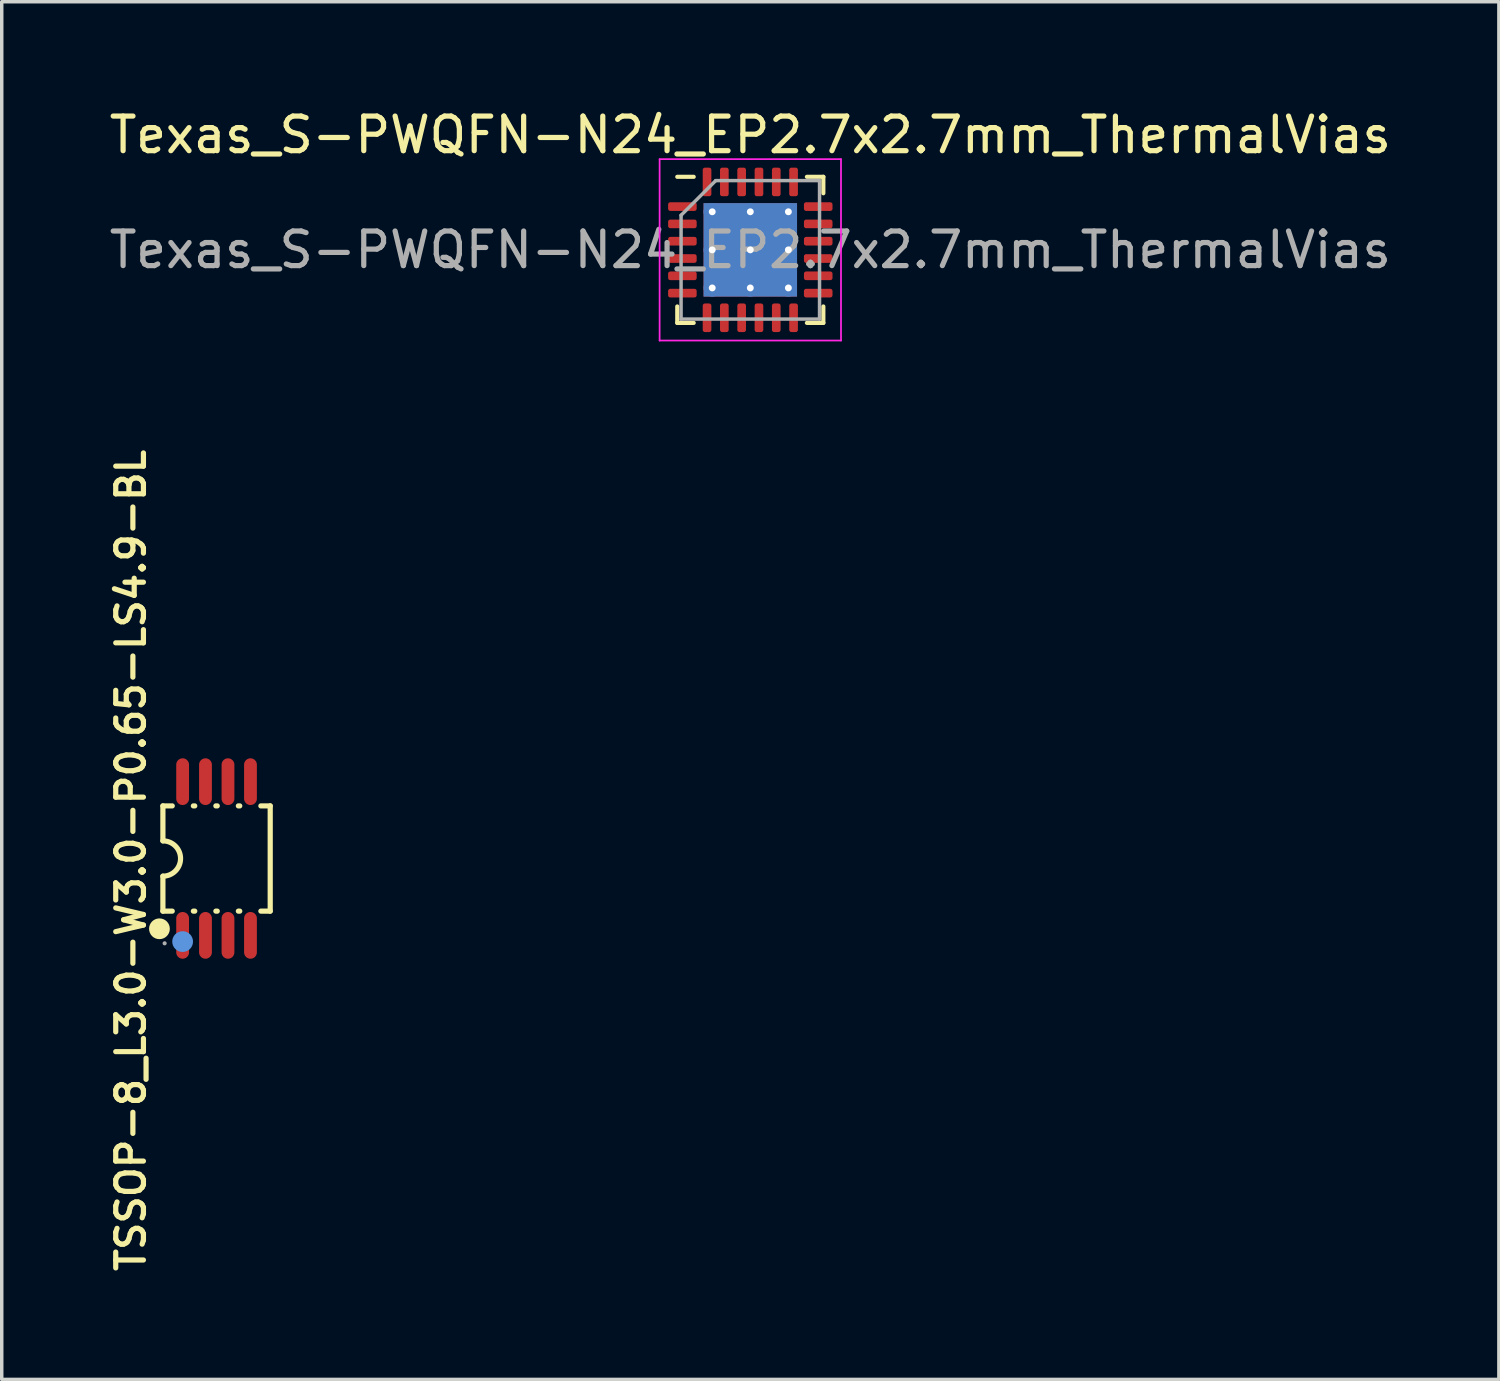
<source format=kicad_pcb>
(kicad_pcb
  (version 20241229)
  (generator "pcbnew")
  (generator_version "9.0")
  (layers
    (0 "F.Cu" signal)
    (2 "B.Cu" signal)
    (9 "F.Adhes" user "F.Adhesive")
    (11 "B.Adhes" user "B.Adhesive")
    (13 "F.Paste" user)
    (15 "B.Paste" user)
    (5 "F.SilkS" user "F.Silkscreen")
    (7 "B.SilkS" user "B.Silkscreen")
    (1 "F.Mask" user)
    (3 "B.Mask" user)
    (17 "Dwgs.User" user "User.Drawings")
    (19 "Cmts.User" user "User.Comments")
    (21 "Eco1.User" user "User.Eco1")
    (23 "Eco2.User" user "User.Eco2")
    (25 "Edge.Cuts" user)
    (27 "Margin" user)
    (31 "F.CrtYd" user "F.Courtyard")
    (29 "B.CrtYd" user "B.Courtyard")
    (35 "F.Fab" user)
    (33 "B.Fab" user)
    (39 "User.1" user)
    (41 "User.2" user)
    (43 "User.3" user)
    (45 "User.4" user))
  (footprint "Texas_S-PWQFN-N24_EP2.7x2.7mm_ThermalVias"
    (layer "F.Cu")
    (at 18.625 4.168)
    (property "Reference" "Texas_S-PWQFN-N24_EP2.7x2.7mm_ThermalVias" (at 0 -3.32 0) (layer "F.SilkS") (effects (font (size 1 1) (thickness 0.15))))
    (attr smd)
    (fp_line (start -2.11 2.11) (end -2.11 1.635) (stroke (width 0.12) (type solid)) (layer "F.SilkS"))
    (fp_line (start -1.635 -2.11) (end -2.11 -2.11) (stroke (width 0.12) (type solid)) (layer "F.SilkS"))
    (fp_line (start -1.635 2.11) (end -2.11 2.11) (stroke (width 0.12) (type solid)) (layer "F.SilkS"))
    (fp_line (start 1.635 -2.11) (end 2.11 -2.11) (stroke (width 0.12) (type solid)) (layer "F.SilkS"))
    (fp_line (start 1.635 2.11) (end 2.11 2.11) (stroke (width 0.12) (type solid)) (layer "F.SilkS"))
    (fp_line (start 2.11 -2.11) (end 2.11 -1.635) (stroke (width 0.12) (type solid)) (layer "F.SilkS"))
    (fp_line (start 2.11 2.11) (end 2.11 1.635) (stroke (width 0.12) (type solid)) (layer "F.SilkS"))
    (fp_line (start -2.62 -2.62) (end -2.62 2.62) (stroke (width 0.05) (type solid)) (layer "F.CrtYd"))
    (fp_line (start -2.62 2.62) (end 2.62 2.62) (stroke (width 0.05) (type solid)) (layer "F.CrtYd"))
    (fp_line (start 2.62 -2.62) (end -2.62 -2.62) (stroke (width 0.05) (type solid)) (layer "F.CrtYd"))
    (fp_line (start 2.62 2.62) (end 2.62 -2.62) (stroke (width 0.05) (type solid)) (layer "F.CrtYd"))
    (fp_line (start -2 -1) (end -1 -2) (stroke (width 0.1) (type solid)) (layer "F.Fab"))
    (fp_line (start -2 2) (end -2 -1) (stroke (width 0.1) (type solid)) (layer "F.Fab"))
    (fp_line (start -1 -2) (end 2 -2) (stroke (width 0.1) (type solid)) (layer "F.Fab"))
    (fp_line (start 2 -2) (end 2 2) (stroke (width 0.1) (type solid)) (layer "F.Fab"))
    (fp_line (start 2 2) (end -2 2) (stroke (width 0.1) (type solid)) (layer "F.Fab"))
    (fp_text user "${REFERENCE}" (at 0 0 0) (layer "F.Fab") (effects (font (size 1 1) (thickness 0.15))))
    (pad "" smd roundrect (at -0.675 -0.675) (size 1.13 1.13) (layers "F.Paste") (roundrect_rratio 0.221))
    (pad "" smd roundrect (at -0.675 0.675) (size 1.13 1.13) (layers "F.Paste") (roundrect_rratio 0.221))
    (pad "" smd roundrect (at 0.675 -0.675) (size 1.13 1.13) (layers "F.Paste") (roundrect_rratio 0.221))
    (pad "" smd roundrect (at 0.675 0.675) (size 1.13 1.13) (layers "F.Paste") (roundrect_rratio 0.221))
    (pad "1" smd roundrect (at -1.962 -1.25) (size 0.825 0.25) (layers "F.Cu" "F.Mask" "F.Paste") (roundrect_rratio 0.25))
    (pad "2" smd roundrect (at -1.962 -0.75) (size 0.825 0.25) (layers "F.Cu" "F.Mask" "F.Paste") (roundrect_rratio 0.25))
    (pad "3" smd roundrect (at -1.962 -0.25) (size 0.825 0.25) (layers "F.Cu" "F.Mask" "F.Paste") (roundrect_rratio 0.25))
    (pad "4" smd roundrect (at -1.962 0.25) (size 0.825 0.25) (layers "F.Cu" "F.Mask" "F.Paste") (roundrect_rratio 0.25))
    (pad "5" smd roundrect (at -1.962 0.75) (size 0.825 0.25) (layers "F.Cu" "F.Mask" "F.Paste") (roundrect_rratio 0.25))
    (pad "6" smd roundrect (at -1.962 1.25) (size 0.825 0.25) (layers "F.Cu" "F.Mask" "F.Paste") (roundrect_rratio 0.25))
    (pad "7" smd roundrect (at -1.25 1.962) (size 0.25 0.825) (layers "F.Cu" "F.Mask" "F.Paste") (roundrect_rratio 0.25))
    (pad "8" smd roundrect (at -0.75 1.962) (size 0.25 0.825) (layers "F.Cu" "F.Mask" "F.Paste") (roundrect_rratio 0.25))
    (pad "9" smd roundrect (at -0.25 1.962) (size 0.25 0.825) (layers "F.Cu" "F.Mask" "F.Paste") (roundrect_rratio 0.25))
    (pad "10" smd roundrect (at 0.25 1.962) (size 0.25 0.825) (layers "F.Cu" "F.Mask" "F.Paste") (roundrect_rratio 0.25))
    (pad "11" smd roundrect (at 0.75 1.962) (size 0.25 0.825) (layers "F.Cu" "F.Mask" "F.Paste") (roundrect_rratio 0.25))
    (pad "12" smd roundrect (at 1.25 1.962) (size 0.25 0.825) (layers "F.Cu" "F.Mask" "F.Paste") (roundrect_rratio 0.25))
    (pad "13" smd roundrect (at 1.962 1.25) (size 0.825 0.25) (layers "F.Cu" "F.Mask" "F.Paste") (roundrect_rratio 0.25))
    (pad "14" smd roundrect (at 1.962 0.75) (size 0.825 0.25) (layers "F.Cu" "F.Mask" "F.Paste") (roundrect_rratio 0.25))
    (pad "15" smd roundrect (at 1.962 0.25) (size 0.825 0.25) (layers "F.Cu" "F.Mask" "F.Paste") (roundrect_rratio 0.25))
    (pad "16" smd roundrect (at 1.962 -0.25) (size 0.825 0.25) (layers "F.Cu" "F.Mask" "F.Paste") (roundrect_rratio 0.25))
    (pad "17" smd roundrect (at 1.962 -0.75) (size 0.825 0.25) (layers "F.Cu" "F.Mask" "F.Paste") (roundrect_rratio 0.25))
    (pad "18" smd roundrect (at 1.962 -1.25) (size 0.825 0.25) (layers "F.Cu" "F.Mask" "F.Paste") (roundrect_rratio 0.25))
    (pad "19" smd roundrect (at 1.25 -1.962) (size 0.25 0.825) (layers "F.Cu" "F.Mask" "F.Paste") (roundrect_rratio 0.25))
    (pad "20" smd roundrect (at 0.75 -1.962) (size 0.25 0.825) (layers "F.Cu" "F.Mask" "F.Paste") (roundrect_rratio 0.25))
    (pad "21" smd roundrect (at 0.25 -1.962) (size 0.25 0.825) (layers "F.Cu" "F.Mask" "F.Paste") (roundrect_rratio 0.25))
    (pad "22" smd roundrect (at -0.25 -1.962) (size 0.25 0.825) (layers "F.Cu" "F.Mask" "F.Paste") (roundrect_rratio 0.25))
    (pad "23" smd roundrect (at -0.75 -1.962) (size 0.25 0.825) (layers "F.Cu" "F.Mask" "F.Paste") (roundrect_rratio 0.25))
    (pad "24" smd roundrect (at -1.25 -1.962) (size 0.25 0.825) (layers "F.Cu" "F.Mask" "F.Paste") (roundrect_rratio 0.25))
    (pad "25" thru_hole circle (at -1.1 -1.1) (size 0.5 0.5) (drill 0.2) (layers "*.Cu"))
    (pad "25" thru_hole circle (at -1.1 0) (size 0.5 0.5) (drill 0.2) (layers "*.Cu"))
    (pad "25" thru_hole circle (at -1.1 1.1) (size 0.5 0.5) (drill 0.2) (layers "*.Cu"))
    (pad "25" thru_hole circle (at 0 -1.1) (size 0.5 0.5) (drill 0.2) (layers "*.Cu"))
    (pad "25" thru_hole circle (at 0 0) (size 0.5 0.5) (drill 0.2) (layers "*.Cu"))
    (pad "25" smd rect (at 0 0) (size 2.7 2.7) (layers "F.Cu" "F.Mask"))
    (pad "25" smd rect (at 0 0) (size 2.7 2.7) (layers "B.Cu"))
    (pad "25" thru_hole circle (at 0 1.1) (size 0.5 0.5) (drill 0.2) (layers "*.Cu"))
    (pad "25" thru_hole circle (at 1.1 -1.1) (size 0.5 0.5) (drill 0.2) (layers "*.Cu"))
    (pad "25" thru_hole circle (at 1.1 0) (size 0.5 0.5) (drill 0.2) (layers "*.Cu"))
    (pad "25" thru_hole circle (at 1.1 1.1) (size 0.5 0.5) (drill 0.2) (layers "*.Cu")))
  (footprint "TSSOP-8_L3.0-W3.0-P0.65-LS4.9-BL"
    (layer "F.Cu")
    (at 3.206 21.751)
    (property "Reference" "TSSOP-8_L3.0-W3.0-P0.65-LS4.9-BL" (at -2.475 0.055 270) (layer "F.SilkS") (effects (font (size 0.8 0.8) (thickness 0.15))))
    (attr smd)
    (fp_line (start -1.55 -1.52) (end -1.28 -1.52) (stroke (width 0.15) (type solid)) (layer "F.SilkS"))
    (fp_line (start -1.55 -0.51) (end -1.55 -1.52) (stroke (width 0.15) (type solid)) (layer "F.SilkS"))
    (fp_line (start -1.55 1.52) (end -1.55 0.51) (stroke (width 0.15) (type solid)) (layer "F.SilkS"))
    (fp_line (start -1.55 1.52) (end -1.28 1.52) (stroke (width 0.15) (type solid)) (layer "F.SilkS"))
    (fp_line (start -0.67 -1.52) (end -0.63 -1.52) (stroke (width 0.15) (type solid)) (layer "F.SilkS"))
    (fp_line (start -0.67 1.52) (end -0.63 1.52) (stroke (width 0.15) (type solid)) (layer "F.SilkS"))
    (fp_line (start -0.02 -1.52) (end 0.02 -1.52) (stroke (width 0.15) (type solid)) (layer "F.SilkS"))
    (fp_line (start -0.02 1.52) (end 0.02 1.52) (stroke (width 0.15) (type solid)) (layer "F.SilkS"))
    (fp_line (start 0.63 -1.52) (end 0.67 -1.52) (stroke (width 0.15) (type solid)) (layer "F.SilkS"))
    (fp_line (start 0.63 1.52) (end 0.67 1.52) (stroke (width 0.15) (type solid)) (layer "F.SilkS"))
    (fp_line (start 1.28 -1.52) (end 1.55 -1.52) (stroke (width 0.15) (type solid)) (layer "F.SilkS"))
    (fp_line (start 1.28 1.52) (end 1.55 1.52) (stroke (width 0.15) (type solid)) (layer "F.SilkS"))
    (fp_line (start 1.55 -1.52) (end 1.55 1.52) (stroke (width 0.15) (type solid)) (layer "F.SilkS"))
    (fp_arc (start -1.55 -0.51) (mid -1.040001 0) (end -1.55 0.51) (stroke (width 0.15) (type solid)) (layer "F.SilkS"))
    (fp_circle (center -1.65 2.03) (end -1.5 2.03) (stroke (width 0.3) (type solid)) (fill no) (layer "F.SilkS"))
    (fp_circle (center -0.98 2.4) (end -0.83 2.4) (stroke (width 0.3) (type solid)) (fill no) (layer "Cmts.User"))
    (fp_circle (center -1.5 2.45) (end -1.47 2.45) (stroke (width 0.06) (type solid)) (fill no) (layer "F.Fab"))
    (pad "1" smd oval (at -0.98 2.22) (size 0.37 1.35) (layers "F.Cu" "F.Mask" "F.Paste"))
    (pad "2" smd oval (at -0.32 2.22) (size 0.37 1.35) (layers "F.Cu" "F.Mask" "F.Paste"))
    (pad "3" smd oval (at 0.33 2.22) (size 0.37 1.35) (layers "F.Cu" "F.Mask" "F.Paste"))
    (pad "4" smd oval (at 0.98 2.22) (size 0.37 1.35) (layers "F.Cu" "F.Mask" "F.Paste"))
    (pad "5" smd oval (at 0.98 -2.22) (size 0.37 1.35) (layers "F.Cu" "F.Mask" "F.Paste"))
    (pad "6" smd oval (at 0.33 -2.22) (size 0.37 1.35) (layers "F.Cu" "F.Mask" "F.Paste"))
    (pad "7" smd oval (at -0.32 -2.22) (size 0.37 1.35) (layers "F.Cu" "F.Mask" "F.Paste"))
    (pad "8" smd oval (at -0.98 -2.22) (size 0.37 1.35) (layers "F.Cu" "F.Mask" "F.Paste")))
  (gr_rect
    (start -3 -3)
    (end 40.25 36.798)
    (stroke (width 0.1) (type default))
    (fill no)
    (layer "Edge.Cuts")))
</source>
